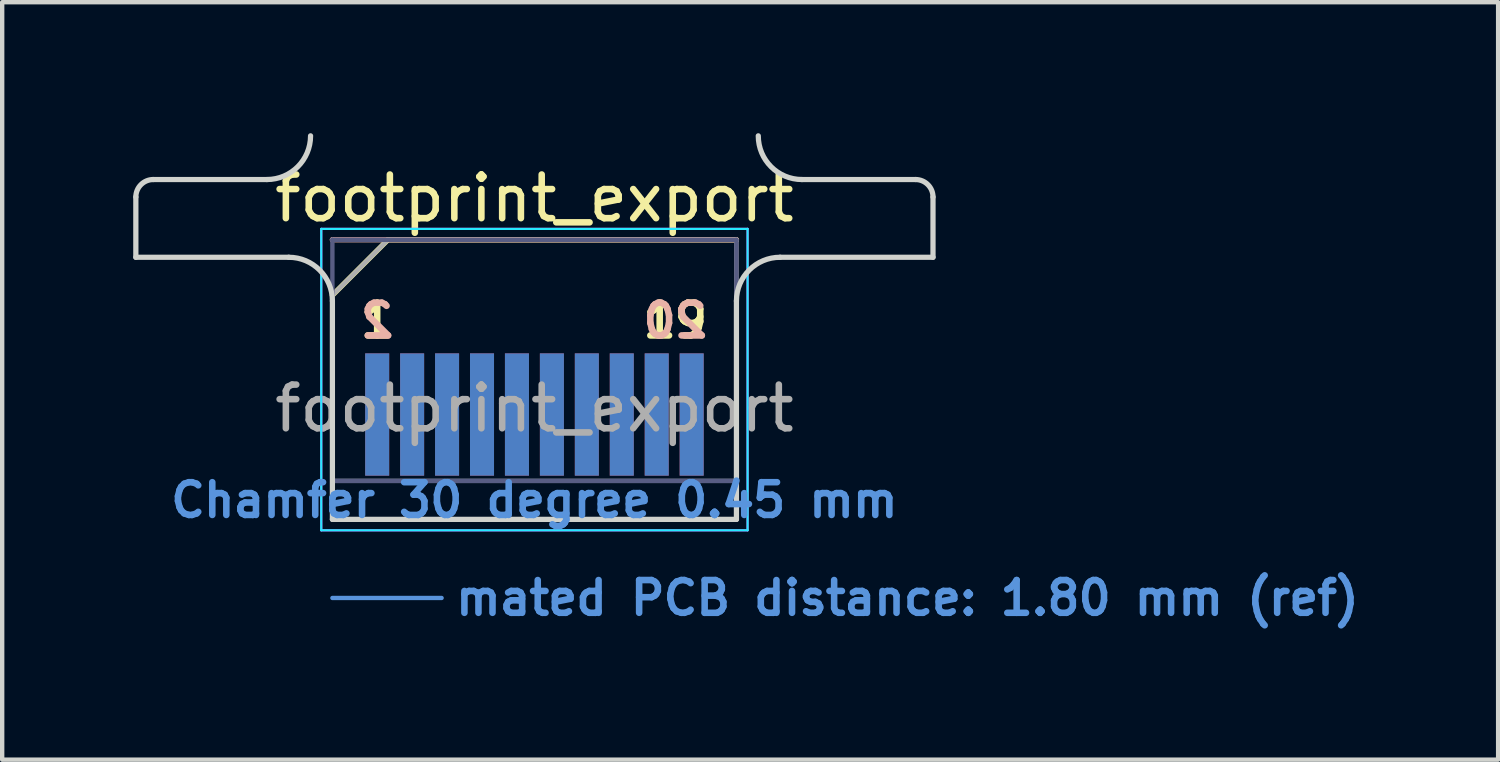
<source format=kicad_pcb>
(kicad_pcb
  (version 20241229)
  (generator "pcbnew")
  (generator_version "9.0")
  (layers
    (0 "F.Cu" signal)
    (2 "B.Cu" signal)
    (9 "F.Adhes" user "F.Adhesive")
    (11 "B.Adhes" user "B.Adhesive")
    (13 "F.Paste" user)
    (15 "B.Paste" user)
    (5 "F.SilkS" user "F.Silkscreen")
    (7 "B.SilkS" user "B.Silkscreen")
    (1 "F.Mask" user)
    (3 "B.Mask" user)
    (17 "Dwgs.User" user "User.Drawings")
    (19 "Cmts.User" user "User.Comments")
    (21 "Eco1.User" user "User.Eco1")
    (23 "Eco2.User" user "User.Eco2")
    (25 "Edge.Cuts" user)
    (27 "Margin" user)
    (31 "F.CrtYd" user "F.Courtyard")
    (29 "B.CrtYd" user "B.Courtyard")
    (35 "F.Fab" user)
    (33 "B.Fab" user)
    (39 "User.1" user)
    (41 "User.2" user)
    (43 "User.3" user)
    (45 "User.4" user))
  (footprint "footprint_export"
    (layer "F.Cu")
    (at 9.185 8.84)
    (property "Reference" "footprint_export" (at 0 -7.35 0) (layer "F.SilkS") (effects (font (size 1 1) (thickness 0.15))))
    (attr exclude_from_pos_files exclude_from_bom)
    (fp_line (start -4.625 -5.13) (end -3.355 -6.4) (stroke (width 0.12) (type solid)) (layer "F.SilkS"))
    (fp_line (start -3.355 -6.4) (end 4.625 -6.4) (stroke (width 0.12) (type solid)) (layer "F.SilkS"))
    (fp_line (start -4.625 -6.4) (end -4.625 -6.4) (stroke (width 0.12) (type solid)) (layer "B.SilkS"))
    (fp_line (start -4.625 -6.4) (end 4.625 -6.4) (stroke (width 0.12) (type solid)) (layer "B.SilkS"))
    (fp_line (start -4.625 1.8) (end -2.125 1.8) (stroke (width 0.1) (type solid)) (layer "Cmts.User"))
    (fp_line (start -9.125 -6) (end -9.125 -7.38) (stroke (width 0.12) (type solid)) (layer "Edge.Cuts"))
    (fp_line (start -8.725 -7.78) (end -6.125 -7.78) (stroke (width 0.12) (type solid)) (layer "Edge.Cuts"))
    (fp_line (start -5.625 -6) (end -9.125 -6) (stroke (width 0.12) (type solid)) (layer "Edge.Cuts"))
    (fp_line (start -4.625 -5) (end -4.625 0) (stroke (width 0.12) (type solid)) (layer "Edge.Cuts"))
    (fp_line (start -4.625 0) (end 4.625 0) (stroke (width 0.12) (type solid)) (layer "Edge.Cuts"))
    (fp_line (start 4.625 0) (end 4.625 -5) (stroke (width 0.12) (type solid)) (layer "Edge.Cuts"))
    (fp_line (start 5.625 -6) (end 9.125 -6) (stroke (width 0.12) (type solid)) (layer "Edge.Cuts"))
    (fp_line (start 8.725 -7.78) (end 6.125 -7.78) (stroke (width 0.12) (type solid)) (layer "Edge.Cuts"))
    (fp_line (start 9.125 -6) (end 9.125 -7.38) (stroke (width 0.12) (type solid)) (layer "Edge.Cuts"))
    (fp_arc (start -9.125 -7.38) (mid -9.007843 -7.662843) (end -8.725 -7.78) (stroke (width 0.12) (type solid)) (layer "Edge.Cuts"))
    (fp_arc (start -5.625 -6) (mid -4.917893 -5.707107) (end -4.625 -5) (stroke (width 0.12) (type solid)) (layer "Edge.Cuts"))
    (fp_arc (start -5.125 -8.78) (mid -5.417893 -8.072893) (end -6.125 -7.78) (stroke (width 0.12) (type solid)) (layer "Edge.Cuts"))
    (fp_arc (start 4.625 -5) (mid 4.917893 -5.707107) (end 5.625 -6) (stroke (width 0.12) (type solid)) (layer "Edge.Cuts"))
    (fp_arc (start 6.125 -7.78) (mid 5.417893 -8.072893) (end 5.125 -8.78) (stroke (width 0.12) (type solid)) (layer "Edge.Cuts"))
    (fp_arc (start 8.725 -7.78) (mid 9.007843 -7.662843) (end 9.125 -7.38) (stroke (width 0.12) (type solid)) (layer "Edge.Cuts"))
    (fp_line (start -4.88 -6.65) (end -4.88 0.25) (stroke (width 0.05) (type solid)) (layer "B.CrtYd"))
    (fp_line (start -4.88 0.25) (end 4.88 0.25) (stroke (width 0.05) (type solid)) (layer "B.CrtYd"))
    (fp_line (start 4.88 -6.65) (end -4.88 -6.65) (stroke (width 0.05) (type solid)) (layer "B.CrtYd"))
    (fp_line (start 4.88 0.25) (end 4.88 -6.65) (stroke (width 0.05) (type solid)) (layer "B.CrtYd"))
    (fp_line (start -4.88 -6.65) (end -4.88 0.25) (stroke (width 0.05) (type solid)) (layer "F.CrtYd"))
    (fp_line (start -4.88 0.25) (end 4.88 0.25) (stroke (width 0.05) (type solid)) (layer "F.CrtYd"))
    (fp_line (start 4.88 -6.65) (end -4.88 -6.65) (stroke (width 0.05) (type solid)) (layer "F.CrtYd"))
    (fp_line (start 4.88 0.25) (end 4.88 -6.65) (stroke (width 0.05) (type solid)) (layer "F.CrtYd"))
    (fp_line (start -4.625 -6.4) (end -4.625 -6.4) (stroke (width 0.1) (type solid)) (layer "B.Fab"))
    (fp_line (start -4.625 -6.4) (end -4.625 0) (stroke (width 0.1) (type solid)) (layer "B.Fab"))
    (fp_line (start -4.625 -6.4) (end 4.625 -6.4) (stroke (width 0.1) (type solid)) (layer "B.Fab"))
    (fp_line (start -4.625 -0.88) (end 4.625 -0.88) (stroke (width 0.1) (type solid)) (layer "B.Fab"))
    (fp_line (start -4.625 0) (end 4.625 0) (stroke (width 0.1) (type solid)) (layer "B.Fab"))
    (fp_line (start 4.625 -6.4) (end 4.625 0) (stroke (width 0.1) (type solid)) (layer "B.Fab"))
    (fp_line (start -4.625 -5.13) (end -4.625 0) (stroke (width 0.1) (type solid)) (layer "F.Fab"))
    (fp_line (start -4.625 -5.13) (end -3.355 -6.4) (stroke (width 0.1) (type solid)) (layer "F.Fab"))
    (fp_line (start -4.625 -0.88) (end 4.625 -0.88) (stroke (width 0.1) (type solid)) (layer "F.Fab"))
    (fp_line (start -4.625 0) (end 4.625 0) (stroke (width 0.1) (type solid)) (layer "F.Fab"))
    (fp_line (start -3.355 -6.4) (end 4.625 -6.4) (stroke (width 0.1) (type solid)) (layer "F.Fab"))
    (fp_line (start 4.625 -6.4) (end 4.625 0) (stroke (width 0.1) (type solid)) (layer "F.Fab"))
    (fp_text user "19" (at 3.225 -4.55 0) (layer "F.SilkS") (effects (font (size 0.75 0.75) (thickness 0.15))))
    (fp_text user "1" (at -3.6 -4.55 0) (layer "F.SilkS") (effects (font (size 0.75 0.75) (thickness 0.15))))
    (fp_text user "20" (at 3.225 -4.55 0) (layer "B.SilkS") (effects (font (size 0.75 0.75) (thickness 0.15)) (justify mirror)))
    (fp_text user "2" (at -3.6 -4.55 0) (layer "B.SilkS") (effects (font (size 0.75 0.75) (thickness 0.15)) (justify mirror)))
    (fp_text user "mated PCB distance: 1.80 mm (ref)" (at -1.88 1.8 0) (layer "Cmts.User") (effects (font (size 0.75 0.75) (thickness 0.15)) (justify left)))
    (fp_text user "Chamfer 30 degree 0.45 mm" (at 0 -0.44 0) (layer "Cmts.User") (effects (font (size 0.75 0.75) (thickness 0.15))))
    (fp_text user "${REFERENCE}" (at 0 -2.54 0) (layer "F.Fab") (effects (font (size 1 1) (thickness 0.15))))
    (pad "1" connect rect (at -3.6 -2.4) (size 0.55 2.8) (layers "F.Cu" "F.Mask"))
    (pad "2" connect rect (at -3.6 -2.4) (size 0.55 2.8) (layers "B.Cu" "B.Mask"))
    (pad "3" connect rect (at -2.8 -2.4) (size 0.55 2.8) (layers "F.Cu" "F.Mask"))
    (pad "4" connect rect (at -2.8 -2.4) (size 0.55 2.8) (layers "B.Cu" "B.Mask"))
    (pad "5" connect rect (at -2 -2.4) (size 0.55 2.8) (layers "F.Cu" "F.Mask"))
    (pad "6" connect rect (at -2 -2.4) (size 0.55 2.8) (layers "B.Cu" "B.Mask"))
    (pad "7" connect rect (at -1.2 -2.4) (size 0.55 2.8) (layers "F.Cu" "F.Mask"))
    (pad "8" connect rect (at -1.2 -2.4) (size 0.55 2.8) (layers "B.Cu" "B.Mask"))
    (pad "9" connect rect (at -0.4 -2.4) (size 0.55 2.8) (layers "F.Cu" "F.Mask"))
    (pad "10" connect rect (at -0.4 -2.4) (size 0.55 2.8) (layers "B.Cu" "B.Mask"))
    (pad "11" connect rect (at 0.4 -2.4) (size 0.55 2.8) (layers "F.Cu" "F.Mask"))
    (pad "12" connect rect (at 0.4 -2.4) (size 0.55 2.8) (layers "B.Cu" "B.Mask"))
    (pad "13" connect rect (at 1.2 -2.4) (size 0.55 2.8) (layers "F.Cu" "F.Mask"))
    (pad "14" connect rect (at 1.2 -2.4) (size 0.55 2.8) (layers "B.Cu" "B.Mask"))
    (pad "15" connect rect (at 2 -2.4) (size 0.55 2.8) (layers "F.Cu" "F.Mask"))
    (pad "16" connect rect (at 2 -2.4) (size 0.55 2.8) (layers "B.Cu" "B.Mask"))
    (pad "17" connect rect (at 2.8 -2.4) (size 0.55 2.8) (layers "F.Cu" "F.Mask"))
    (pad "18" connect rect (at 2.8 -2.4) (size 0.55 2.8) (layers "B.Cu" "B.Mask"))
    (pad "19" connect rect (at 3.6 -2.4) (size 0.55 2.8) (layers "F.Cu" "F.Mask"))
    (pad "20" connect rect (at 3.6 -2.4) (size 0.55 2.8) (layers "B.Cu" "B.Mask")))
  (gr_rect
    (start -3 -3)
    (end 31.248 14.342)
    (stroke (width 0.1) (type default))
    (fill no)
    (layer "Edge.Cuts")))
</source>
